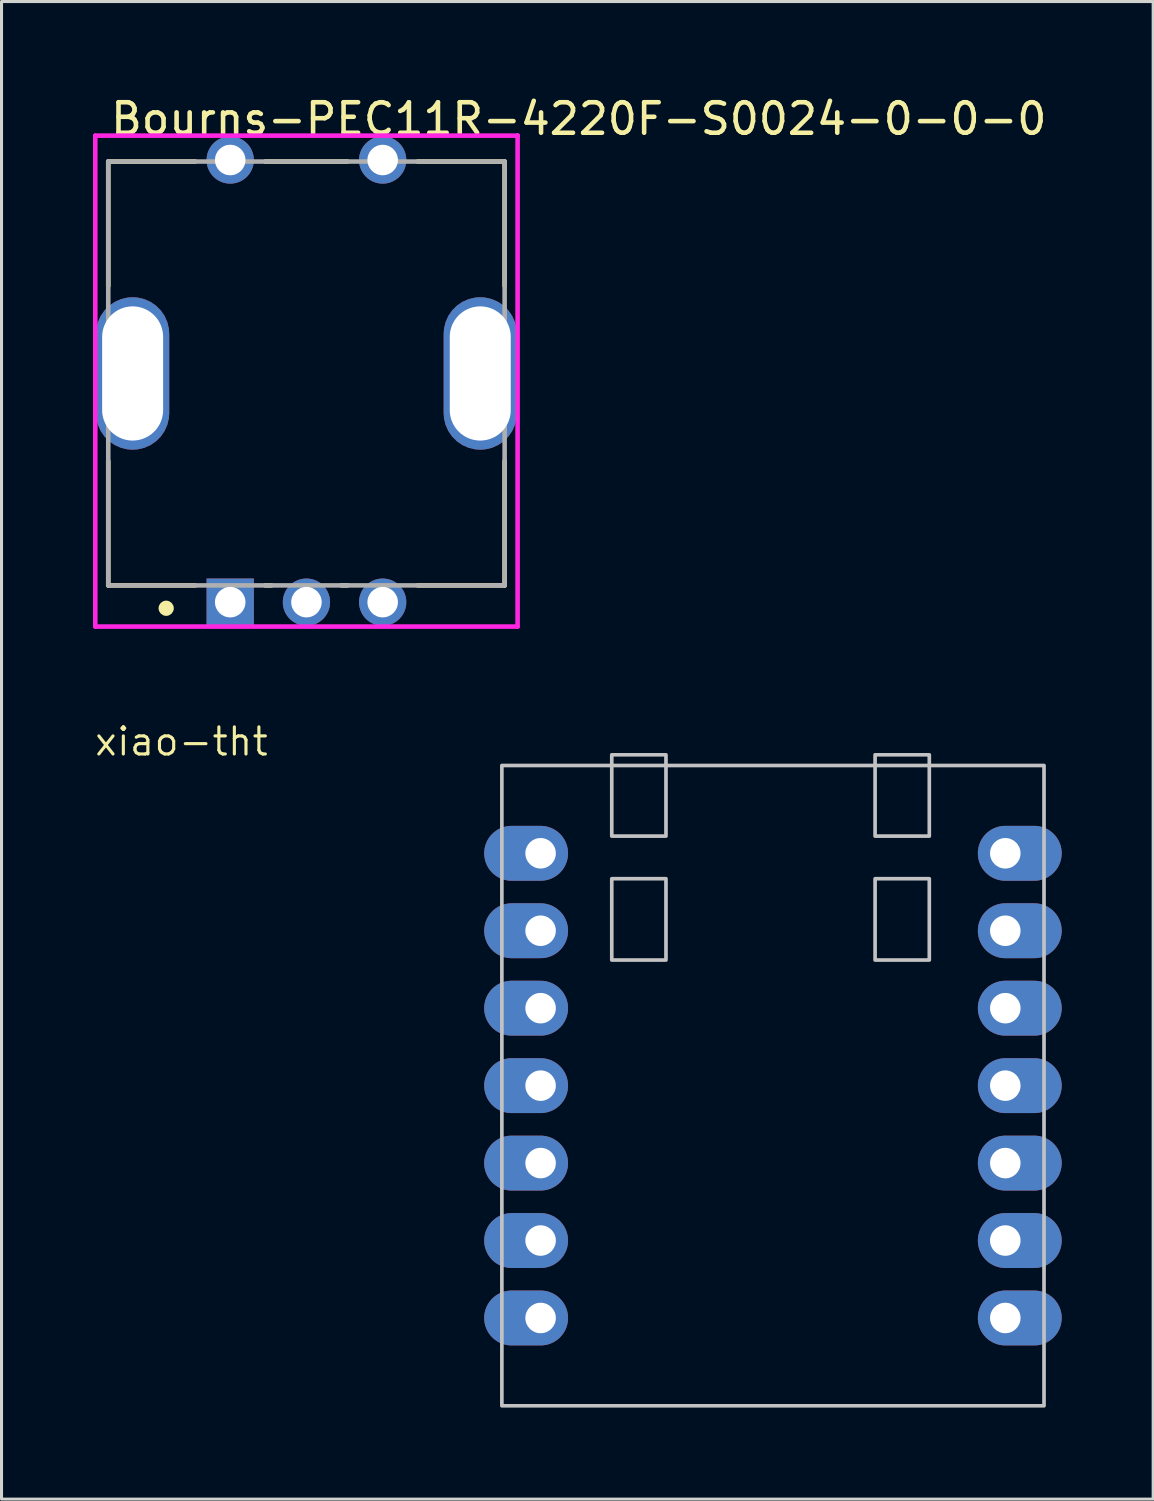
<source format=kicad_pcb>
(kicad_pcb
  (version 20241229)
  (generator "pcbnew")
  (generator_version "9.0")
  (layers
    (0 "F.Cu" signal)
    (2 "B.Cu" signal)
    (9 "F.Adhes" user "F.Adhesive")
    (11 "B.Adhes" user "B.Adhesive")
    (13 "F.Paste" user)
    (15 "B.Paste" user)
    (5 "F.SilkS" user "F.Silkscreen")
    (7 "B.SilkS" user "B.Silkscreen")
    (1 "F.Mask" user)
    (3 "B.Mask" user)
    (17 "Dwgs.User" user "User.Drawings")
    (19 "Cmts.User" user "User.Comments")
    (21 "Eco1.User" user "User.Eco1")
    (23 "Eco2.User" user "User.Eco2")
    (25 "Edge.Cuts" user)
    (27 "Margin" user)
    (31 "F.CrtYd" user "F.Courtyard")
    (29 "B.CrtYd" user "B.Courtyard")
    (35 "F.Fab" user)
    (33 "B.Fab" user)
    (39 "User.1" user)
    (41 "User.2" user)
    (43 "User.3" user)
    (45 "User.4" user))
  (footprint "xiao-tht"
    (layer "F.Cu")
    (at 22.299 32.554)
    (property "Reference" "xiao-tht" (at -19.399 -11.283 0) (layer "F.SilkS") (effects (font (size 0.889 0.889) (thickness 0.102))))
    (attr smd exclude_from_pos_files)
    (fp_rect (start -8.89 10.5) (end 8.89 -10.5) (stroke (width 0.12) (type solid)) (fill no) (layer "Dwgs.User"))
    (fp_rect (start -5.286 -6.786) (end -3.508 -4.119) (stroke (width 0.12) (type solid)) (fill no) (layer "Dwgs.User"))
    (fp_rect (start -3.508 -8.183) (end -5.286 -10.85) (stroke (width 0.12) (type solid)) (fill no) (layer "Dwgs.User"))
    (fp_rect (start 3.35 -10.85) (end 5.128 -8.183) (stroke (width 0.12) (type solid)) (fill no) (layer "Dwgs.User"))
    (fp_rect (start 3.35 -6.786) (end 5.128 -4.119) (stroke (width 0.12) (type solid)) (fill no) (layer "Dwgs.User"))
    (pad "1" thru_hole oval (at -7.62 -7.62) (size 2.75 1.8) (drill 1 (offset -0.475 0)) (layers "*.Cu" "*.Mask"))
    (pad "2" thru_hole oval (at -7.62 -5.08) (size 2.75 1.8) (drill 1 (offset -0.475 0)) (layers "*.Cu" "*.Mask"))
    (pad "3" thru_hole oval (at -7.62 -2.54) (size 2.75 1.8) (drill 1 (offset -0.475 0)) (layers "*.Cu" "*.Mask"))
    (pad "4" thru_hole oval (at -7.62 0) (size 2.75 1.8) (drill 1 (offset -0.475 0)) (layers "*.Cu" "*.Mask"))
    (pad "5" thru_hole oval (at -7.62 2.54) (size 2.75 1.8) (drill 1 (offset -0.475 0)) (layers "*.Cu" "*.Mask"))
    (pad "6" thru_hole oval (at -7.62 5.08) (size 2.75 1.8) (drill 1 (offset -0.475 0)) (layers "*.Cu" "*.Mask"))
    (pad "7" thru_hole oval (at -7.62 7.62) (size 2.75 1.8) (drill 1 (offset -0.475 0)) (layers "*.Cu" "*.Mask"))
    (pad "8" thru_hole oval (at 7.62 7.62 180) (size 2.75 1.8) (drill 1 (offset -0.475 0)) (layers "*.Cu" "*.Mask"))
    (pad "9" thru_hole oval (at 7.62 5.08 180) (size 2.75 1.8) (drill 1 (offset -0.475 0)) (layers "*.Cu" "*.Mask"))
    (pad "10" thru_hole oval (at 7.62 2.54 180) (size 2.75 1.8) (drill 1 (offset -0.475 0)) (layers "*.Cu" "*.Mask"))
    (pad "11" thru_hole oval (at 7.62 0 180) (size 2.75 1.8) (drill 1 (offset -0.475 0)) (layers "*.Cu" "*.Mask"))
    (pad "12" thru_hole oval (at 7.62 -2.54 180) (size 2.75 1.8) (drill 1 (offset -0.475 0)) (layers "*.Cu" "*.Mask"))
    (pad "13" thru_hole oval (at 7.62 -5.08 180) (size 2.75 1.8) (drill 1 (offset -0.475 0)) (layers "*.Cu" "*.Mask"))
    (pad "14" thru_hole oval (at 7.62 -7.62 180) (size 2.75 1.8) (drill 1 (offset -0.475 0)) (layers "*.Cu" "*.Mask")))
  (footprint "Bourns-PEC11R-4220F-S0024-0-0-0"
    (layer "F.Cu")
    (at 7 9.198)
    (property "Reference" "Bourns-PEC11R-4220F-S0024-0-0-0" (at -6.5 -8.35 0) (layer "F.SilkS") (effects (font (size 1 1) (thickness 0.15)) (justify left)))
    (attr through_hole)
    (fp_line (start -6.5 -6.95) (end -3.65 -6.95) (stroke (width 0.15) (type solid)) (layer "F.SilkS"))
    (fp_line (start -6.5 -2.875) (end -6.5 -6.95) (stroke (width 0.15) (type solid)) (layer "F.SilkS"))
    (fp_line (start -6.5 6.95) (end -6.5 2.875) (stroke (width 0.15) (type solid)) (layer "F.SilkS"))
    (fp_line (start -6.5 6.95) (end -3.65 6.95) (stroke (width 0.15) (type solid)) (layer "F.SilkS"))
    (fp_line (start -1.35 -6.95) (end 1.35 -6.95) (stroke (width 0.15) (type solid)) (layer "F.SilkS"))
    (fp_line (start -1.35 6.95) (end -1.15 6.95) (stroke (width 0.15) (type solid)) (layer "F.SilkS"))
    (fp_line (start 1.15 6.95) (end 1.35 6.95) (stroke (width 0.15) (type solid)) (layer "F.SilkS"))
    (fp_line (start 3.65 -6.95) (end 6.5 -6.95) (stroke (width 0.15) (type solid)) (layer "F.SilkS"))
    (fp_line (start 3.65 6.95) (end 6.5 6.95) (stroke (width 0.15) (type solid)) (layer "F.SilkS"))
    (fp_line (start 6.5 -2.875) (end 6.5 -6.95) (stroke (width 0.15) (type solid)) (layer "F.SilkS"))
    (fp_line (start 6.5 6.95) (end 6.5 2.875) (stroke (width 0.15) (type solid)) (layer "F.SilkS"))
    (fp_circle (center -4.6 7.7) (end -4.475 7.7) (stroke (width 0.25) (type solid)) (fill no) (layer "F.SilkS"))
    (fp_line (start -6.925 -7.8) (end -6.925 8.3) (stroke (width 0.15) (type solid)) (layer "F.CrtYd"))
    (fp_line (start -6.925 8.3) (end 6.925 8.3) (stroke (width 0.15) (type solid)) (layer "F.CrtYd"))
    (fp_line (start 6.925 -7.8) (end -6.925 -7.8) (stroke (width 0.15) (type solid)) (layer "F.CrtYd"))
    (fp_line (start 6.925 -7.8) (end 6.925 -7.8) (stroke (width 0.15) (type solid)) (layer "F.CrtYd"))
    (fp_line (start 6.925 8.3) (end 6.925 -7.8) (stroke (width 0.15) (type solid)) (layer "F.CrtYd"))
    (fp_line (start -6.5 -6.95) (end 6.5 -6.95) (stroke (width 0.15) (type solid)) (layer "F.Fab"))
    (fp_line (start -6.5 6.95) (end -6.5 -6.95) (stroke (width 0.15) (type solid)) (layer "F.Fab"))
    (fp_line (start 6.5 -6.95) (end 6.5 6.95) (stroke (width 0.15) (type solid)) (layer "F.Fab"))
    (fp_line (start 6.5 6.95) (end -6.5 6.95) (stroke (width 0.15) (type solid)) (layer "F.Fab"))
    (pad "1" thru_hole circle (at -2.5 -7) (size 1.55 1.55) (drill 1) (layers "*.Cu" "*.Mask"))
    (pad "2" thru_hole circle (at 2.5 -7) (size 1.55 1.55) (drill 1) (layers "*.Cu" "*.Mask"))
    (pad "3" thru_hole roundrect (at -5.7 0) (size 2.4 5) (drill oval 2 4.4) (layers "*.Cu" "*.Mask") (roundrect_rratio 0.5))
    (pad "4" thru_hole roundrect (at 5.7 0) (size 2.4 5) (drill oval 2 4.4) (layers "*.Cu" "*.Mask") (roundrect_rratio 0.5))
    (pad "A" thru_hole rect (at -2.5 7.5) (size 1.55 1.55) (drill 1) (layers "*.Cu" "*.Mask"))
    (pad "B" thru_hole circle (at 2.5 7.5) (size 1.55 1.55) (drill 1) (layers "*.Cu" "*.Mask"))
    (pad "C" thru_hole circle (at 0 7.5) (size 1.55 1.55) (drill 1) (layers "*.Cu" "*.Mask")))
  (gr_rect
    (start -3 -3)
    (end 34.769 46.114)
    (stroke (width 0.1) (type default))
    (fill no)
    (layer "Edge.Cuts")))
</source>
